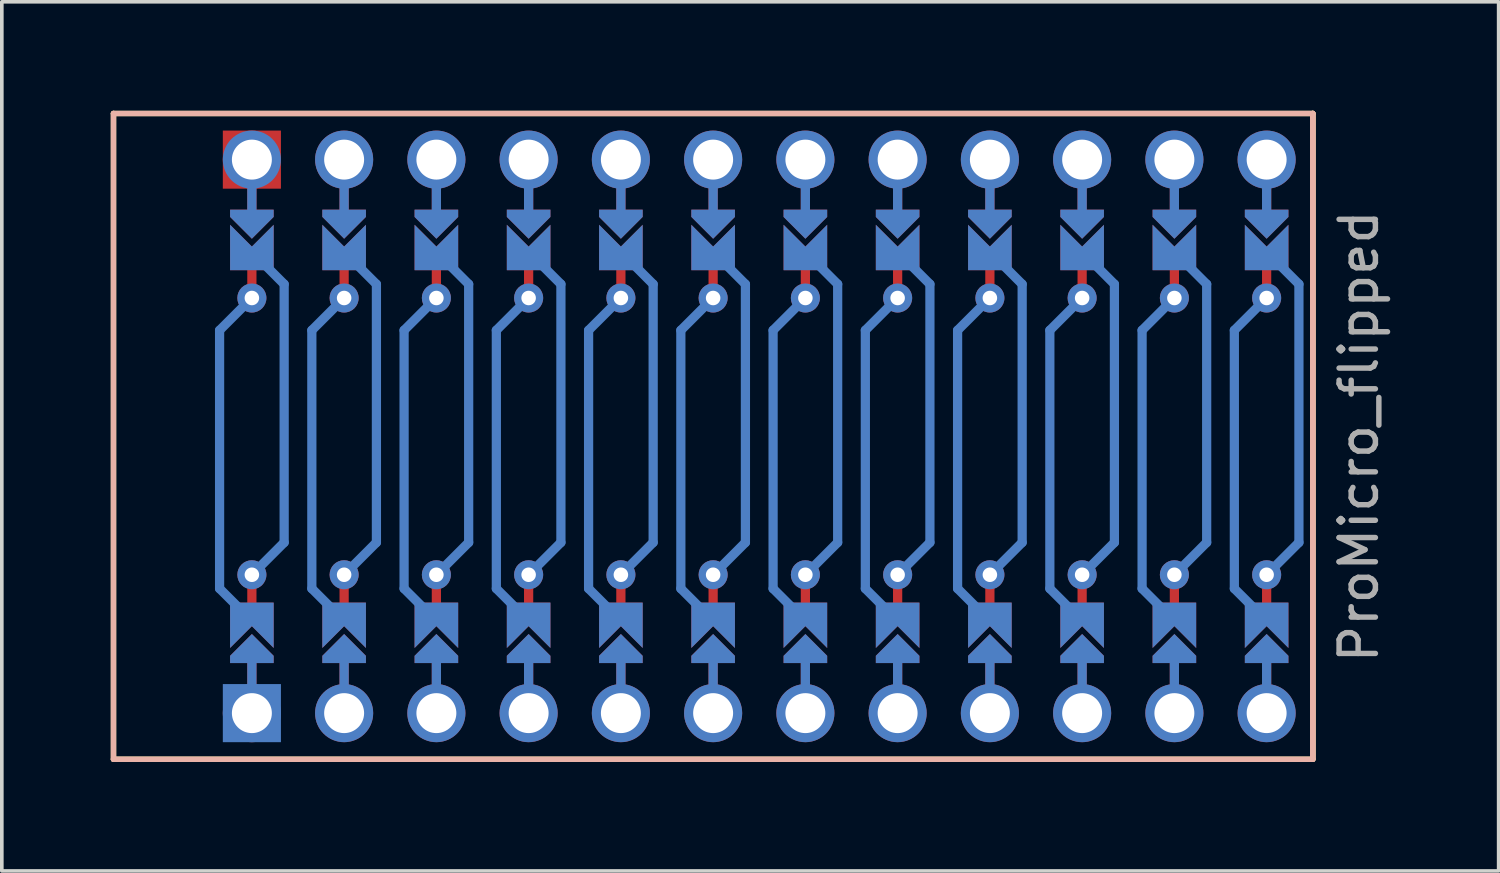
<source format=kicad_pcb>
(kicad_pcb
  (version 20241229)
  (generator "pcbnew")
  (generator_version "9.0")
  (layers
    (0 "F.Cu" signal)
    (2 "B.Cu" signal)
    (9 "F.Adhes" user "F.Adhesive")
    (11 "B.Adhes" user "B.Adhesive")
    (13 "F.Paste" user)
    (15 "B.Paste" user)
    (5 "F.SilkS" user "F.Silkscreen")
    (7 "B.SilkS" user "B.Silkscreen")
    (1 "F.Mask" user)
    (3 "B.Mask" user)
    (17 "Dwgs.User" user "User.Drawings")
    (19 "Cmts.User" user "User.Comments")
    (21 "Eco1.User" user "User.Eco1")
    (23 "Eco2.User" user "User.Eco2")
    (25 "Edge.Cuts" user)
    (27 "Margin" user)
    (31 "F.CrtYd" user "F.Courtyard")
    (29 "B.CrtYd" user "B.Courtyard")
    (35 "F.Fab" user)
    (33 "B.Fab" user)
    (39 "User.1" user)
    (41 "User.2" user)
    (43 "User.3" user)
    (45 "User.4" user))
  (footprint "ProMicro_flipped"
    (layer "F.Cu")
    (at 17.855 8.965)
    (property "Reference" "ProMicro_flipped" (at 16.51 0 90) (layer "F.Fab") (effects (font (size 1 1) (thickness 0.15))))
    (attr through_hole)
    (fp_line (start -13.97 -7.62) (end -13.97 -5.842) (stroke (width 0.254) (type default)) (layer "F.Cu"))
    (fp_line (start -13.97 -3.81) (end -13.97 -5.08) (stroke (width 0.254) (type default)) (layer "F.Cu"))
    (fp_line (start -13.97 3.81) (end -13.97 5.08) (stroke (width 0.254) (type default)) (layer "F.Cu"))
    (fp_line (start -13.97 7.62) (end -13.97 5.842) (stroke (width 0.254) (type default)) (layer "F.Cu"))
    (fp_line (start -11.43 -7.62) (end -11.43 -5.842) (stroke (width 0.254) (type default)) (layer "F.Cu"))
    (fp_line (start -11.43 -3.81) (end -11.43 -5.08) (stroke (width 0.254) (type default)) (layer "F.Cu"))
    (fp_line (start -11.43 3.81) (end -11.43 5.08) (stroke (width 0.254) (type default)) (layer "F.Cu"))
    (fp_line (start -11.43 7.62) (end -11.43 5.842) (stroke (width 0.254) (type default)) (layer "F.Cu"))
    (fp_line (start -8.89 -7.62) (end -8.89 -5.842) (stroke (width 0.254) (type default)) (layer "F.Cu"))
    (fp_line (start -8.89 -3.81) (end -8.89 -5.08) (stroke (width 0.254) (type default)) (layer "F.Cu"))
    (fp_line (start -8.89 3.81) (end -8.89 5.08) (stroke (width 0.254) (type default)) (layer "F.Cu"))
    (fp_line (start -8.89 7.62) (end -8.89 5.842) (stroke (width 0.254) (type default)) (layer "F.Cu"))
    (fp_line (start -6.35 -7.62) (end -6.35 -5.842) (stroke (width 0.254) (type default)) (layer "F.Cu"))
    (fp_line (start -6.35 -3.81) (end -6.35 -5.08) (stroke (width 0.254) (type default)) (layer "F.Cu"))
    (fp_line (start -6.35 3.81) (end -6.35 5.08) (stroke (width 0.254) (type default)) (layer "F.Cu"))
    (fp_line (start -6.35 7.62) (end -6.35 5.842) (stroke (width 0.254) (type default)) (layer "F.Cu"))
    (fp_line (start -3.81 -7.62) (end -3.81 -5.842) (stroke (width 0.254) (type default)) (layer "F.Cu"))
    (fp_line (start -3.81 -3.81) (end -3.81 -5.08) (stroke (width 0.254) (type default)) (layer "F.Cu"))
    (fp_line (start -3.81 3.81) (end -3.81 5.08) (stroke (width 0.254) (type default)) (layer "F.Cu"))
    (fp_line (start -3.81 7.62) (end -3.81 5.842) (stroke (width 0.254) (type default)) (layer "F.Cu"))
    (fp_line (start -1.27 -7.62) (end -1.27 -5.842) (stroke (width 0.254) (type default)) (layer "F.Cu"))
    (fp_line (start -1.27 -3.81) (end -1.27 -5.08) (stroke (width 0.254) (type default)) (layer "F.Cu"))
    (fp_line (start -1.27 3.81) (end -1.27 5.08) (stroke (width 0.254) (type default)) (layer "F.Cu"))
    (fp_line (start -1.27 7.62) (end -1.27 5.842) (stroke (width 0.254) (type default)) (layer "F.Cu"))
    (fp_line (start 1.27 -7.62) (end 1.27 -5.842) (stroke (width 0.254) (type default)) (layer "F.Cu"))
    (fp_line (start 1.27 -3.81) (end 1.27 -5.08) (stroke (width 0.254) (type default)) (layer "F.Cu"))
    (fp_line (start 1.27 3.81) (end 1.27 5.08) (stroke (width 0.254) (type default)) (layer "F.Cu"))
    (fp_line (start 1.27 7.62) (end 1.27 5.842) (stroke (width 0.254) (type default)) (layer "F.Cu"))
    (fp_line (start 3.81 -7.62) (end 3.81 -5.842) (stroke (width 0.254) (type default)) (layer "F.Cu"))
    (fp_line (start 3.81 -3.81) (end 3.81 -5.08) (stroke (width 0.254) (type default)) (layer "F.Cu"))
    (fp_line (start 3.81 3.81) (end 3.81 5.08) (stroke (width 0.254) (type default)) (layer "F.Cu"))
    (fp_line (start 3.81 7.62) (end 3.81 5.842) (stroke (width 0.254) (type default)) (layer "F.Cu"))
    (fp_line (start 6.35 -7.62) (end 6.35 -5.842) (stroke (width 0.254) (type default)) (layer "F.Cu"))
    (fp_line (start 6.35 -3.81) (end 6.35 -5.08) (stroke (width 0.254) (type default)) (layer "F.Cu"))
    (fp_line (start 6.35 3.81) (end 6.35 5.08) (stroke (width 0.254) (type default)) (layer "F.Cu"))
    (fp_line (start 6.35 7.62) (end 6.35 5.842) (stroke (width 0.254) (type default)) (layer "F.Cu"))
    (fp_line (start 8.89 -7.62) (end 8.89 -5.842) (stroke (width 0.254) (type default)) (layer "F.Cu"))
    (fp_line (start 8.89 -3.81) (end 8.89 -5.08) (stroke (width 0.254) (type default)) (layer "F.Cu"))
    (fp_line (start 8.89 3.81) (end 8.89 5.08) (stroke (width 0.254) (type default)) (layer "F.Cu"))
    (fp_line (start 8.89 7.62) (end 8.89 5.842) (stroke (width 0.254) (type default)) (layer "F.Cu"))
    (fp_line (start 11.43 -7.62) (end 11.43 -5.842) (stroke (width 0.254) (type default)) (layer "F.Cu"))
    (fp_line (start 11.43 -3.81) (end 11.43 -5.08) (stroke (width 0.254) (type default)) (layer "F.Cu"))
    (fp_line (start 11.43 3.81) (end 11.43 5.08) (stroke (width 0.254) (type default)) (layer "F.Cu"))
    (fp_line (start 11.43 7.62) (end 11.43 5.842) (stroke (width 0.254) (type default)) (layer "F.Cu"))
    (fp_line (start 13.97 -7.62) (end 13.97 -5.842) (stroke (width 0.254) (type default)) (layer "F.Cu"))
    (fp_line (start 13.97 -3.81) (end 13.97 -5.08) (stroke (width 0.254) (type default)) (layer "F.Cu"))
    (fp_line (start 13.97 3.81) (end 13.97 5.08) (stroke (width 0.254) (type default)) (layer "F.Cu"))
    (fp_line (start 13.97 7.62) (end 13.97 5.842) (stroke (width 0.254) (type default)) (layer "F.Cu"))
    (fp_poly (pts (xy -14.478 -5.08) (xy -13.462 -5.08) (xy -13.462 -6.096) (xy -14.478 -6.096)) (stroke (width 0.2) (type solid)) (fill yes) (layer "F.Mask"))
    (fp_poly (pts (xy -13.462 5.08) (xy -14.478 5.08) (xy -14.478 6.096) (xy -13.462 6.096)) (stroke (width 0.2) (type solid)) (fill yes) (layer "F.Mask"))
    (fp_poly (pts (xy -11.938 -5.08) (xy -10.922 -5.08) (xy -10.922 -6.096) (xy -11.938 -6.096)) (stroke (width 0.2) (type solid)) (fill yes) (layer "F.Mask"))
    (fp_poly (pts (xy -10.922 5.08) (xy -11.938 5.08) (xy -11.938 6.096) (xy -10.922 6.096)) (stroke (width 0.2) (type solid)) (fill yes) (layer "F.Mask"))
    (fp_poly (pts (xy -9.398 -5.08) (xy -8.382 -5.08) (xy -8.382 -6.096) (xy -9.398 -6.096)) (stroke (width 0.2) (type solid)) (fill yes) (layer "F.Mask"))
    (fp_poly (pts (xy -8.382 5.08) (xy -9.398 5.08) (xy -9.398 6.096) (xy -8.382 6.096)) (stroke (width 0.2) (type solid)) (fill yes) (layer "F.Mask"))
    (fp_poly (pts (xy -6.858 -5.08) (xy -5.842 -5.08) (xy -5.842 -6.096) (xy -6.858 -6.096)) (stroke (width 0.2) (type solid)) (fill yes) (layer "F.Mask"))
    (fp_poly (pts (xy -5.842 5.08) (xy -6.858 5.08) (xy -6.858 6.096) (xy -5.842 6.096)) (stroke (width 0.2) (type solid)) (fill yes) (layer "F.Mask"))
    (fp_poly (pts (xy -4.318 -5.08) (xy -3.302 -5.08) (xy -3.302 -6.096) (xy -4.318 -6.096)) (stroke (width 0.2) (type solid)) (fill yes) (layer "F.Mask"))
    (fp_poly (pts (xy -3.302 5.08) (xy -4.318 5.08) (xy -4.318 6.096) (xy -3.302 6.096)) (stroke (width 0.2) (type solid)) (fill yes) (layer "F.Mask"))
    (fp_poly (pts (xy -1.778 -5.08) (xy -0.762 -5.08) (xy -0.762 -6.096) (xy -1.778 -6.096)) (stroke (width 0.2) (type solid)) (fill yes) (layer "F.Mask"))
    (fp_poly (pts (xy -0.762 5.08) (xy -1.778 5.08) (xy -1.778 6.096) (xy -0.762 6.096)) (stroke (width 0.2) (type solid)) (fill yes) (layer "F.Mask"))
    (fp_poly (pts (xy 0.762 -5.08) (xy 1.778 -5.08) (xy 1.778 -6.096) (xy 0.762 -6.096)) (stroke (width 0.2) (type solid)) (fill yes) (layer "F.Mask"))
    (fp_poly (pts (xy 1.778 5.08) (xy 0.762 5.08) (xy 0.762 6.096) (xy 1.778 6.096)) (stroke (width 0.2) (type solid)) (fill yes) (layer "F.Mask"))
    (fp_poly (pts (xy 3.302 -5.08) (xy 4.318 -5.08) (xy 4.318 -6.096) (xy 3.302 -6.096)) (stroke (width 0.2) (type solid)) (fill yes) (layer "F.Mask"))
    (fp_poly (pts (xy 4.318 5.08) (xy 3.302 5.08) (xy 3.302 6.096) (xy 4.318 6.096)) (stroke (width 0.2) (type solid)) (fill yes) (layer "F.Mask"))
    (fp_poly (pts (xy 5.842 -5.08) (xy 6.858 -5.08) (xy 6.858 -6.096) (xy 5.842 -6.096)) (stroke (width 0.2) (type solid)) (fill yes) (layer "F.Mask"))
    (fp_poly (pts (xy 6.858 5.08) (xy 5.842 5.08) (xy 5.842 6.096) (xy 6.858 6.096)) (stroke (width 0.2) (type solid)) (fill yes) (layer "F.Mask"))
    (fp_poly (pts (xy 8.382 -5.08) (xy 9.398 -5.08) (xy 9.398 -6.096) (xy 8.382 -6.096)) (stroke (width 0.2) (type solid)) (fill yes) (layer "F.Mask"))
    (fp_poly (pts (xy 9.398 5.08) (xy 8.382 5.08) (xy 8.382 6.096) (xy 9.398 6.096)) (stroke (width 0.2) (type solid)) (fill yes) (layer "F.Mask"))
    (fp_poly (pts (xy 10.922 -5.08) (xy 11.938 -5.08) (xy 11.938 -6.096) (xy 10.922 -6.096)) (stroke (width 0.2) (type solid)) (fill yes) (layer "F.Mask"))
    (fp_poly (pts (xy 11.938 5.08) (xy 10.922 5.08) (xy 10.922 6.096) (xy 11.938 6.096)) (stroke (width 0.2) (type solid)) (fill yes) (layer "F.Mask"))
    (fp_poly (pts (xy 13.462 -5.08) (xy 14.478 -5.08) (xy 14.478 -6.096) (xy 13.462 -6.096)) (stroke (width 0.2) (type solid)) (fill yes) (layer "F.Mask"))
    (fp_poly (pts (xy 14.478 5.08) (xy 13.462 5.08) (xy 13.462 6.096) (xy 14.478 6.096)) (stroke (width 0.2) (type solid)) (fill yes) (layer "F.Mask"))
    (fp_line (start -14.859 -2.921) (end -14.859 4.191) (stroke (width 0.254) (type default)) (layer "B.Cu"))
    (fp_line (start -14.859 -2.921) (end -13.97 -3.81) (stroke (width 0.254) (type default)) (layer "B.Cu"))
    (fp_line (start -14.859 4.191) (end -13.97 5.08) (stroke (width 0.254) (type default)) (layer "B.Cu"))
    (fp_line (start -13.97 -7.62) (end -13.97 -5.842) (stroke (width 0.254) (type default)) (layer "B.Cu"))
    (fp_line (start -13.97 7.62) (end -13.97 5.842) (stroke (width 0.254) (type default)) (layer "B.Cu"))
    (fp_line (start -13.081 -4.191) (end -13.97 -5.08) (stroke (width 0.254) (type default)) (layer "B.Cu"))
    (fp_line (start -13.081 2.921) (end -13.97 3.81) (stroke (width 0.254) (type default)) (layer "B.Cu"))
    (fp_line (start -13.081 2.921) (end -13.081 -4.191) (stroke (width 0.254) (type default)) (layer "B.Cu"))
    (fp_line (start -12.319 -2.921) (end -12.319 4.191) (stroke (width 0.254) (type default)) (layer "B.Cu"))
    (fp_line (start -12.319 -2.921) (end -11.43 -3.81) (stroke (width 0.254) (type default)) (layer "B.Cu"))
    (fp_line (start -12.319 4.191) (end -11.43 5.08) (stroke (width 0.254) (type default)) (layer "B.Cu"))
    (fp_line (start -11.43 -7.62) (end -11.43 -5.842) (stroke (width 0.254) (type default)) (layer "B.Cu"))
    (fp_line (start -11.43 7.62) (end -11.43 5.842) (stroke (width 0.254) (type default)) (layer "B.Cu"))
    (fp_line (start -10.541 -4.191) (end -11.43 -5.08) (stroke (width 0.254) (type default)) (layer "B.Cu"))
    (fp_line (start -10.541 2.921) (end -11.43 3.81) (stroke (width 0.254) (type default)) (layer "B.Cu"))
    (fp_line (start -10.541 2.921) (end -10.541 -4.191) (stroke (width 0.254) (type default)) (layer "B.Cu"))
    (fp_line (start -9.779 -2.921) (end -9.779 4.191) (stroke (width 0.254) (type default)) (layer "B.Cu"))
    (fp_line (start -9.779 -2.921) (end -8.89 -3.81) (stroke (width 0.254) (type default)) (layer "B.Cu"))
    (fp_line (start -9.779 4.191) (end -8.89 5.08) (stroke (width 0.254) (type default)) (layer "B.Cu"))
    (fp_line (start -8.89 -7.62) (end -8.89 -5.842) (stroke (width 0.254) (type default)) (layer "B.Cu"))
    (fp_line (start -8.89 7.62) (end -8.89 5.842) (stroke (width 0.254) (type default)) (layer "B.Cu"))
    (fp_line (start -8.001 -4.191) (end -8.89 -5.08) (stroke (width 0.254) (type default)) (layer "B.Cu"))
    (fp_line (start -8.001 2.921) (end -8.89 3.81) (stroke (width 0.254) (type default)) (layer "B.Cu"))
    (fp_line (start -8.001 2.921) (end -8.001 -4.191) (stroke (width 0.254) (type default)) (layer "B.Cu"))
    (fp_line (start -7.239 -2.921) (end -7.239 4.191) (stroke (width 0.254) (type default)) (layer "B.Cu"))
    (fp_line (start -7.239 -2.921) (end -6.35 -3.81) (stroke (width 0.254) (type default)) (layer "B.Cu"))
    (fp_line (start -7.239 4.191) (end -6.35 5.08) (stroke (width 0.254) (type default)) (layer "B.Cu"))
    (fp_line (start -6.35 -7.62) (end -6.35 -5.842) (stroke (width 0.254) (type default)) (layer "B.Cu"))
    (fp_line (start -6.35 7.62) (end -6.35 5.842) (stroke (width 0.254) (type default)) (layer "B.Cu"))
    (fp_line (start -5.461 -4.191) (end -6.35 -5.08) (stroke (width 0.254) (type default)) (layer "B.Cu"))
    (fp_line (start -5.461 2.921) (end -6.35 3.81) (stroke (width 0.254) (type default)) (layer "B.Cu"))
    (fp_line (start -5.461 2.921) (end -5.461 -4.191) (stroke (width 0.254) (type default)) (layer "B.Cu"))
    (fp_line (start -4.699 -2.921) (end -4.699 4.191) (stroke (width 0.254) (type default)) (layer "B.Cu"))
    (fp_line (start -4.699 -2.921) (end -3.81 -3.81) (stroke (width 0.254) (type default)) (layer "B.Cu"))
    (fp_line (start -4.699 4.191) (end -3.81 5.08) (stroke (width 0.254) (type default)) (layer "B.Cu"))
    (fp_line (start -3.81 -7.62) (end -3.81 -5.842) (stroke (width 0.254) (type default)) (layer "B.Cu"))
    (fp_line (start -3.81 7.62) (end -3.81 5.842) (stroke (width 0.254) (type default)) (layer "B.Cu"))
    (fp_line (start -2.921 -4.191) (end -3.81 -5.08) (stroke (width 0.254) (type default)) (layer "B.Cu"))
    (fp_line (start -2.921 2.921) (end -3.81 3.81) (stroke (width 0.254) (type default)) (layer "B.Cu"))
    (fp_line (start -2.921 2.921) (end -2.921 -4.191) (stroke (width 0.254) (type default)) (layer "B.Cu"))
    (fp_line (start -2.159 -2.921) (end -2.159 4.191) (stroke (width 0.254) (type default)) (layer "B.Cu"))
    (fp_line (start -2.159 -2.921) (end -1.27 -3.81) (stroke (width 0.254) (type default)) (layer "B.Cu"))
    (fp_line (start -2.159 4.191) (end -1.27 5.08) (stroke (width 0.254) (type default)) (layer "B.Cu"))
    (fp_line (start -1.27 -7.62) (end -1.27 -5.842) (stroke (width 0.254) (type default)) (layer "B.Cu"))
    (fp_line (start -1.27 7.62) (end -1.27 5.842) (stroke (width 0.254) (type default)) (layer "B.Cu"))
    (fp_line (start -0.381 -4.191) (end -1.27 -5.08) (stroke (width 0.254) (type default)) (layer "B.Cu"))
    (fp_line (start -0.381 2.921) (end -1.27 3.81) (stroke (width 0.254) (type default)) (layer "B.Cu"))
    (fp_line (start -0.381 2.921) (end -0.381 -4.191) (stroke (width 0.254) (type default)) (layer "B.Cu"))
    (fp_line (start 0.381 -2.921) (end 0.381 4.191) (stroke (width 0.254) (type default)) (layer "B.Cu"))
    (fp_line (start 0.381 -2.921) (end 1.27 -3.81) (stroke (width 0.254) (type default)) (layer "B.Cu"))
    (fp_line (start 0.381 4.191) (end 1.27 5.08) (stroke (width 0.254) (type default)) (layer "B.Cu"))
    (fp_line (start 1.27 -7.62) (end 1.27 -5.842) (stroke (width 0.254) (type default)) (layer "B.Cu"))
    (fp_line (start 1.27 7.62) (end 1.27 5.842) (stroke (width 0.254) (type default)) (layer "B.Cu"))
    (fp_line (start 2.159 -4.191) (end 1.27 -5.08) (stroke (width 0.254) (type default)) (layer "B.Cu"))
    (fp_line (start 2.159 2.921) (end 1.27 3.81) (stroke (width 0.254) (type default)) (layer "B.Cu"))
    (fp_line (start 2.159 2.921) (end 2.159 -4.191) (stroke (width 0.254) (type default)) (layer "B.Cu"))
    (fp_line (start 2.921 -2.921) (end 2.921 4.191) (stroke (width 0.254) (type default)) (layer "B.Cu"))
    (fp_line (start 2.921 -2.921) (end 3.81 -3.81) (stroke (width 0.254) (type default)) (layer "B.Cu"))
    (fp_line (start 2.921 4.191) (end 3.81 5.08) (stroke (width 0.254) (type default)) (layer "B.Cu"))
    (fp_line (start 3.81 -7.62) (end 3.81 -5.842) (stroke (width 0.254) (type default)) (layer "B.Cu"))
    (fp_line (start 3.81 7.62) (end 3.81 5.842) (stroke (width 0.254) (type default)) (layer "B.Cu"))
    (fp_line (start 4.699 -4.191) (end 3.81 -5.08) (stroke (width 0.254) (type default)) (layer "B.Cu"))
    (fp_line (start 4.699 2.921) (end 3.81 3.81) (stroke (width 0.254) (type default)) (layer "B.Cu"))
    (fp_line (start 4.699 2.921) (end 4.699 -4.191) (stroke (width 0.254) (type default)) (layer "B.Cu"))
    (fp_line (start 5.461 -2.921) (end 5.461 4.191) (stroke (width 0.254) (type default)) (layer "B.Cu"))
    (fp_line (start 5.461 -2.921) (end 6.35 -3.81) (stroke (width 0.254) (type default)) (layer "B.Cu"))
    (fp_line (start 5.461 4.191) (end 6.35 5.08) (stroke (width 0.254) (type default)) (layer "B.Cu"))
    (fp_line (start 6.35 -7.62) (end 6.35 -5.842) (stroke (width 0.254) (type default)) (layer "B.Cu"))
    (fp_line (start 6.35 7.62) (end 6.35 5.842) (stroke (width 0.254) (type default)) (layer "B.Cu"))
    (fp_line (start 7.239 -4.191) (end 6.35 -5.08) (stroke (width 0.254) (type default)) (layer "B.Cu"))
    (fp_line (start 7.239 2.921) (end 6.35 3.81) (stroke (width 0.254) (type default)) (layer "B.Cu"))
    (fp_line (start 7.239 2.921) (end 7.239 -4.191) (stroke (width 0.254) (type default)) (layer "B.Cu"))
    (fp_line (start 8.001 -2.921) (end 8.001 4.191) (stroke (width 0.254) (type default)) (layer "B.Cu"))
    (fp_line (start 8.001 -2.921) (end 8.89 -3.81) (stroke (width 0.254) (type default)) (layer "B.Cu"))
    (fp_line (start 8.001 4.191) (end 8.89 5.08) (stroke (width 0.254) (type default)) (layer "B.Cu"))
    (fp_line (start 8.89 -7.62) (end 8.89 -5.842) (stroke (width 0.254) (type default)) (layer "B.Cu"))
    (fp_line (start 8.89 7.62) (end 8.89 5.842) (stroke (width 0.254) (type default)) (layer "B.Cu"))
    (fp_line (start 9.779 -4.191) (end 8.89 -5.08) (stroke (width 0.254) (type default)) (layer "B.Cu"))
    (fp_line (start 9.779 2.921) (end 8.89 3.81) (stroke (width 0.254) (type default)) (layer "B.Cu"))
    (fp_line (start 9.779 2.921) (end 9.779 -4.191) (stroke (width 0.254) (type default)) (layer "B.Cu"))
    (fp_line (start 10.541 -2.921) (end 10.541 4.191) (stroke (width 0.254) (type default)) (layer "B.Cu"))
    (fp_line (start 10.541 -2.921) (end 11.43 -3.81) (stroke (width 0.254) (type default)) (layer "B.Cu"))
    (fp_line (start 10.541 4.191) (end 11.43 5.08) (stroke (width 0.254) (type default)) (layer "B.Cu"))
    (fp_line (start 11.43 -7.62) (end 11.43 -5.842) (stroke (width 0.254) (type default)) (layer "B.Cu"))
    (fp_line (start 11.43 7.62) (end 11.43 5.842) (stroke (width 0.254) (type default)) (layer "B.Cu"))
    (fp_line (start 12.319 -4.191) (end 11.43 -5.08) (stroke (width 0.254) (type default)) (layer "B.Cu"))
    (fp_line (start 12.319 2.921) (end 11.43 3.81) (stroke (width 0.254) (type default)) (layer "B.Cu"))
    (fp_line (start 12.319 2.921) (end 12.319 -4.191) (stroke (width 0.254) (type default)) (layer "B.Cu"))
    (fp_line (start 13.081 -2.921) (end 13.081 4.191) (stroke (width 0.254) (type default)) (layer "B.Cu"))
    (fp_line (start 13.081 -2.921) (end 13.97 -3.81) (stroke (width 0.254) (type default)) (layer "B.Cu"))
    (fp_line (start 13.081 4.191) (end 13.97 5.08) (stroke (width 0.254) (type default)) (layer "B.Cu"))
    (fp_line (start 13.97 -7.62) (end 13.97 -5.842) (stroke (width 0.254) (type default)) (layer "B.Cu"))
    (fp_line (start 13.97 7.62) (end 13.97 5.842) (stroke (width 0.254) (type default)) (layer "B.Cu"))
    (fp_line (start 14.859 -4.191) (end 13.97 -5.08) (stroke (width 0.254) (type default)) (layer "B.Cu"))
    (fp_line (start 14.859 2.921) (end 13.97 3.81) (stroke (width 0.254) (type default)) (layer "B.Cu"))
    (fp_line (start 14.859 2.921) (end 14.859 -4.191) (stroke (width 0.254) (type default)) (layer "B.Cu"))
    (fp_poly (pts (xy -14.478 -5.08) (xy -13.462 -5.08) (xy -13.462 -6.096) (xy -14.478 -6.096)) (stroke (width 0.2) (type solid)) (fill yes) (layer "B.Mask"))
    (fp_poly (pts (xy -13.462 5.08) (xy -14.478 5.08) (xy -14.478 6.096) (xy -13.462 6.096)) (stroke (width 0.2) (type solid)) (fill yes) (layer "B.Mask"))
    (fp_poly (pts (xy -11.938 -5.08) (xy -10.922 -5.08) (xy -10.922 -6.096) (xy -11.938 -6.096)) (stroke (width 0.2) (type solid)) (fill yes) (layer "B.Mask"))
    (fp_poly (pts (xy -10.922 5.08) (xy -11.938 5.08) (xy -11.938 6.096) (xy -10.922 6.096)) (stroke (width 0.2) (type solid)) (fill yes) (layer "B.Mask"))
    (fp_poly (pts (xy -9.398 -5.08) (xy -8.382 -5.08) (xy -8.382 -6.096) (xy -9.398 -6.096)) (stroke (width 0.2) (type solid)) (fill yes) (layer "B.Mask"))
    (fp_poly (pts (xy -8.382 5.08) (xy -9.398 5.08) (xy -9.398 6.096) (xy -8.382 6.096)) (stroke (width 0.2) (type solid)) (fill yes) (layer "B.Mask"))
    (fp_poly (pts (xy -6.858 -5.08) (xy -5.842 -5.08) (xy -5.842 -6.096) (xy -6.858 -6.096)) (stroke (width 0.2) (type solid)) (fill yes) (layer "B.Mask"))
    (fp_poly (pts (xy -5.842 5.08) (xy -6.858 5.08) (xy -6.858 6.096) (xy -5.842 6.096)) (stroke (width 0.2) (type solid)) (fill yes) (layer "B.Mask"))
    (fp_poly (pts (xy -4.318 -5.08) (xy -3.302 -5.08) (xy -3.302 -6.096) (xy -4.318 -6.096)) (stroke (width 0.2) (type solid)) (fill yes) (layer "B.Mask"))
    (fp_poly (pts (xy -3.302 5.08) (xy -4.318 5.08) (xy -4.318 6.096) (xy -3.302 6.096)) (stroke (width 0.2) (type solid)) (fill yes) (layer "B.Mask"))
    (fp_poly (pts (xy -1.778 -5.08) (xy -0.762 -5.08) (xy -0.762 -6.096) (xy -1.778 -6.096)) (stroke (width 0.2) (type solid)) (fill yes) (layer "B.Mask"))
    (fp_poly (pts (xy -0.762 5.08) (xy -1.778 5.08) (xy -1.778 6.096) (xy -0.762 6.096)) (stroke (width 0.2) (type solid)) (fill yes) (layer "B.Mask"))
    (fp_poly (pts (xy 0.762 -5.08) (xy 1.778 -5.08) (xy 1.778 -6.096) (xy 0.762 -6.096)) (stroke (width 0.2) (type solid)) (fill yes) (layer "B.Mask"))
    (fp_poly (pts (xy 1.778 5.08) (xy 0.762 5.08) (xy 0.762 6.096) (xy 1.778 6.096)) (stroke (width 0.2) (type solid)) (fill yes) (layer "B.Mask"))
    (fp_poly (pts (xy 3.302 -5.08) (xy 4.318 -5.08) (xy 4.318 -6.096) (xy 3.302 -6.096)) (stroke (width 0.2) (type solid)) (fill yes) (layer "B.Mask"))
    (fp_poly (pts (xy 4.318 5.08) (xy 3.302 5.08) (xy 3.302 6.096) (xy 4.318 6.096)) (stroke (width 0.2) (type solid)) (fill yes) (layer "B.Mask"))
    (fp_poly (pts (xy 5.842 -5.08) (xy 6.858 -5.08) (xy 6.858 -6.096) (xy 5.842 -6.096)) (stroke (width 0.2) (type solid)) (fill yes) (layer "B.Mask"))
    (fp_poly (pts (xy 6.858 5.08) (xy 5.842 5.08) (xy 5.842 6.096) (xy 6.858 6.096)) (stroke (width 0.2) (type solid)) (fill yes) (layer "B.Mask"))
    (fp_poly (pts (xy 8.382 -5.08) (xy 9.398 -5.08) (xy 9.398 -6.096) (xy 8.382 -6.096)) (stroke (width 0.2) (type solid)) (fill yes) (layer "B.Mask"))
    (fp_poly (pts (xy 9.398 5.08) (xy 8.382 5.08) (xy 8.382 6.096) (xy 9.398 6.096)) (stroke (width 0.2) (type solid)) (fill yes) (layer "B.Mask"))
    (fp_poly (pts (xy 10.922 -5.08) (xy 11.938 -5.08) (xy 11.938 -6.096) (xy 10.922 -6.096)) (stroke (width 0.2) (type solid)) (fill yes) (layer "B.Mask"))
    (fp_poly (pts (xy 11.938 5.08) (xy 10.922 5.08) (xy 10.922 6.096) (xy 11.938 6.096)) (stroke (width 0.2) (type solid)) (fill yes) (layer "B.Mask"))
    (fp_poly (pts (xy 13.462 -5.08) (xy 14.478 -5.08) (xy 14.478 -6.096) (xy 13.462 -6.096)) (stroke (width 0.2) (type solid)) (fill yes) (layer "B.Mask"))
    (fp_poly (pts (xy 14.478 5.08) (xy 13.462 5.08) (xy 13.462 6.096) (xy 14.478 6.096)) (stroke (width 0.2) (type solid)) (fill yes) (layer "B.Mask"))
    (fp_line (start -17.78 -8.89) (end 15.24 -8.89) (stroke (width 0.15) (type solid)) (layer "F.SilkS"))
    (fp_line (start -17.78 8.89) (end -17.78 -8.89) (stroke (width 0.15) (type solid)) (layer "F.SilkS"))
    (fp_line (start -17.78 8.89) (end 15.24 8.89) (stroke (width 0.15) (type solid)) (layer "F.SilkS"))
    (fp_line (start 15.24 -8.89) (end 15.24 8.89) (stroke (width 0.15) (type solid)) (layer "F.SilkS"))
    (fp_line (start 15.24 -8.89) (end 15.24 8.89) (stroke (width 0.15) (type solid)) (layer "F.SilkS"))
    (fp_line (start -17.78 -8.89) (end 15.24 -8.89) (stroke (width 0.15) (type solid)) (layer "B.SilkS"))
    (fp_line (start -17.78 8.89) (end -17.78 -8.89) (stroke (width 0.15) (type solid)) (layer "B.SilkS"))
    (fp_line (start -17.78 8.89) (end 15.24 8.89) (stroke (width 0.15) (type solid)) (layer "B.SilkS"))
    (fp_line (start 15.24 -8.89) (end 15.24 8.89) (stroke (width 0.15) (type solid)) (layer "B.SilkS"))
    (fp_line (start 15.24 -8.89) (end 15.24 8.89) (stroke (width 0.15) (type solid)) (layer "B.SilkS"))
    (pad "" thru_hole circle (at -13.97 -7.62) (size 1.6 1.6) (drill 1.1) (layers "*.Cu" "*.Paste" "*.Mask"))
    (pad "" smd rect (at -13.97 -7.62 90) (size 1.6 1.6) (layers "F.Cu" "F.Mask" "F.Paste"))
    (pad "" smd custom (at -13.97 -5.842 180) (size 0.1 0.1) (layers "F.Cu" "F.Mask") (options (anchor rect)) (primitives (gr_poly (pts (xy 0.6 0.4) (xy -0.6 0.4) (xy -0.6 0.2) (xy 0 -0.4) (xy 0.6 0.2)) (width 0) (fill yes))))
    (pad "" smd custom (at -13.97 -5.842 180) (size 0.1 0.1) (layers "B.Cu" "B.Mask") (options (anchor rect)) (primitives (gr_poly (pts (xy 0.6 0.4) (xy -0.6 0.4) (xy -0.6 0.2) (xy 0 -0.4) (xy 0.6 0.2)) (width 0) (fill yes))))
    (pad "" smd custom (at -13.97 5.842) (size 0.1 0.1) (layers "F.Cu" "F.Mask") (options (anchor rect)) (primitives (gr_poly (pts (xy 0.6 0.4) (xy -0.6 0.4) (xy -0.6 0.2) (xy 0 -0.4) (xy 0.6 0.2)) (width 0) (fill yes))))
    (pad "" smd custom (at -13.97 5.842) (size 0.1 0.1) (layers "B.Cu" "B.Mask") (options (anchor rect)) (primitives (gr_poly (pts (xy 0.6 0.4) (xy -0.6 0.4) (xy -0.6 0.2) (xy 0 -0.4) (xy 0.6 0.2)) (width 0) (fill yes))))
    (pad "" thru_hole circle (at -13.97 7.62) (size 1.6 1.6) (drill 1.1) (layers "*.Cu" "*.Paste" "*.Mask"))
    (pad "" smd rect (at -13.97 7.62) (size 1.6 1.6) (layers "B.Cu" "B.Mask" "B.Paste"))
    (pad "" thru_hole circle (at -11.43 -7.62) (size 1.6 1.6) (drill 1.1) (layers "*.Cu" "*.Paste" "*.Mask"))
    (pad "" smd custom (at -11.43 -5.842 180) (size 0.1 0.1) (layers "F.Cu" "F.Mask") (options (anchor rect)) (primitives (gr_poly (pts (xy 0.6 0.4) (xy -0.6 0.4) (xy -0.6 0.2) (xy 0 -0.4) (xy 0.6 0.2)) (width 0) (fill yes))))
    (pad "" smd custom (at -11.43 -5.842 180) (size 0.1 0.1) (layers "B.Cu" "B.Mask") (options (anchor rect)) (primitives (gr_poly (pts (xy 0.6 0.4) (xy -0.6 0.4) (xy -0.6 0.2) (xy 0 -0.4) (xy 0.6 0.2)) (width 0) (fill yes))))
    (pad "" smd custom (at -11.43 5.842) (size 0.1 0.1) (layers "F.Cu" "F.Mask") (options (anchor rect)) (primitives (gr_poly (pts (xy 0.6 0.4) (xy -0.6 0.4) (xy -0.6 0.2) (xy 0 -0.4) (xy 0.6 0.2)) (width 0) (fill yes))))
    (pad "" smd custom (at -11.43 5.842) (size 0.1 0.1) (layers "B.Cu" "B.Mask") (options (anchor rect)) (primitives (gr_poly (pts (xy 0.6 0.4) (xy -0.6 0.4) (xy -0.6 0.2) (xy 0 -0.4) (xy 0.6 0.2)) (width 0) (fill yes))))
    (pad "" thru_hole circle (at -11.43 7.62) (size 1.6 1.6) (drill 1.1) (layers "*.Cu" "*.Paste" "*.Mask"))
    (pad "" thru_hole circle (at -8.89 -7.62) (size 1.6 1.6) (drill 1.1) (layers "*.Cu" "*.Paste" "*.Mask"))
    (pad "" smd custom (at -8.89 -5.842 180) (size 0.1 0.1) (layers "F.Cu" "F.Mask") (options (anchor rect)) (primitives (gr_poly (pts (xy 0.6 0.4) (xy -0.6 0.4) (xy -0.6 0.2) (xy 0 -0.4) (xy 0.6 0.2)) (width 0) (fill yes))))
    (pad "" smd custom (at -8.89 -5.842 180) (size 0.1 0.1) (layers "B.Cu" "B.Mask") (options (anchor rect)) (primitives (gr_poly (pts (xy 0.6 0.4) (xy -0.6 0.4) (xy -0.6 0.2) (xy 0 -0.4) (xy 0.6 0.2)) (width 0) (fill yes))))
    (pad "" smd custom (at -8.89 5.842) (size 0.1 0.1) (layers "F.Cu" "F.Mask") (options (anchor rect)) (primitives (gr_poly (pts (xy 0.6 0.4) (xy -0.6 0.4) (xy -0.6 0.2) (xy 0 -0.4) (xy 0.6 0.2)) (width 0) (fill yes))))
    (pad "" smd custom (at -8.89 5.842) (size 0.1 0.1) (layers "B.Cu" "B.Mask") (options (anchor rect)) (primitives (gr_poly (pts (xy 0.6 0.4) (xy -0.6 0.4) (xy -0.6 0.2) (xy 0 -0.4) (xy 0.6 0.2)) (width 0) (fill yes))))
    (pad "" thru_hole circle (at -8.89 7.62) (size 1.6 1.6) (drill 1.1) (layers "*.Cu" "*.Paste" "*.Mask"))
    (pad "" thru_hole circle (at -6.35 -7.62) (size 1.6 1.6) (drill 1.1) (layers "*.Cu" "*.Paste" "*.Mask"))
    (pad "" smd custom (at -6.35 -5.842 180) (size 0.1 0.1) (layers "F.Cu" "F.Mask") (options (anchor rect)) (primitives (gr_poly (pts (xy 0.6 0.4) (xy -0.6 0.4) (xy -0.6 0.2) (xy 0 -0.4) (xy 0.6 0.2)) (width 0) (fill yes))))
    (pad "" smd custom (at -6.35 -5.842 180) (size 0.1 0.1) (layers "B.Cu" "B.Mask") (options (anchor rect)) (primitives (gr_poly (pts (xy 0.6 0.4) (xy -0.6 0.4) (xy -0.6 0.2) (xy 0 -0.4) (xy 0.6 0.2)) (width 0) (fill yes))))
    (pad "" smd custom (at -6.35 5.842) (size 0.1 0.1) (layers "F.Cu" "F.Mask") (options (anchor rect)) (primitives (gr_poly (pts (xy 0.6 0.4) (xy -0.6 0.4) (xy -0.6 0.2) (xy 0 -0.4) (xy 0.6 0.2)) (width 0) (fill yes))))
    (pad "" smd custom (at -6.35 5.842) (size 0.1 0.1) (layers "B.Cu" "B.Mask") (options (anchor rect)) (primitives (gr_poly (pts (xy 0.6 0.4) (xy -0.6 0.4) (xy -0.6 0.2) (xy 0 -0.4) (xy 0.6 0.2)) (width 0) (fill yes))))
    (pad "" thru_hole circle (at -6.35 7.62) (size 1.6 1.6) (drill 1.1) (layers "*.Cu" "*.Paste" "*.Mask"))
    (pad "" thru_hole circle (at -3.81 -7.62) (size 1.6 1.6) (drill 1.1) (layers "*.Cu" "*.Paste" "*.Mask"))
    (pad "" smd custom (at -3.81 -5.842 180) (size 0.1 0.1) (layers "F.Cu" "F.Mask") (options (anchor rect)) (primitives (gr_poly (pts (xy 0.6 0.4) (xy -0.6 0.4) (xy -0.6 0.2) (xy 0 -0.4) (xy 0.6 0.2)) (width 0) (fill yes))))
    (pad "" smd custom (at -3.81 -5.842 180) (size 0.1 0.1) (layers "B.Cu" "B.Mask") (options (anchor rect)) (primitives (gr_poly (pts (xy 0.6 0.4) (xy -0.6 0.4) (xy -0.6 0.2) (xy 0 -0.4) (xy 0.6 0.2)) (width 0) (fill yes))))
    (pad "" smd custom (at -3.81 5.842) (size 0.1 0.1) (layers "F.Cu" "F.Mask") (options (anchor rect)) (primitives (gr_poly (pts (xy 0.6 0.4) (xy -0.6 0.4) (xy -0.6 0.2) (xy 0 -0.4) (xy 0.6 0.2)) (width 0) (fill yes))))
    (pad "" smd custom (at -3.81 5.842) (size 0.1 0.1) (layers "B.Cu" "B.Mask") (options (anchor rect)) (primitives (gr_poly (pts (xy 0.6 0.4) (xy -0.6 0.4) (xy -0.6 0.2) (xy 0 -0.4) (xy 0.6 0.2)) (width 0) (fill yes))))
    (pad "" thru_hole circle (at -3.81 7.62) (size 1.6 1.6) (drill 1.1) (layers "*.Cu" "*.Paste" "*.Mask"))
    (pad "" thru_hole circle (at -1.27 -7.62) (size 1.6 1.6) (drill 1.1) (layers "*.Cu" "*.Paste" "*.Mask"))
    (pad "" smd custom (at -1.27 -5.842 180) (size 0.1 0.1) (layers "F.Cu" "F.Mask") (options (anchor rect)) (primitives (gr_poly (pts (xy 0.6 0.4) (xy -0.6 0.4) (xy -0.6 0.2) (xy 0 -0.4) (xy 0.6 0.2)) (width 0) (fill yes))))
    (pad "" smd custom (at -1.27 -5.842 180) (size 0.1 0.1) (layers "B.Cu" "B.Mask") (options (anchor rect)) (primitives (gr_poly (pts (xy 0.6 0.4) (xy -0.6 0.4) (xy -0.6 0.2) (xy 0 -0.4) (xy 0.6 0.2)) (width 0) (fill yes))))
    (pad "" smd custom (at -1.27 5.842) (size 0.1 0.1) (layers "F.Cu" "F.Mask") (options (anchor rect)) (primitives (gr_poly (pts (xy 0.6 0.4) (xy -0.6 0.4) (xy -0.6 0.2) (xy 0 -0.4) (xy 0.6 0.2)) (width 0) (fill yes))))
    (pad "" smd custom (at -1.27 5.842) (size 0.1 0.1) (layers "B.Cu" "B.Mask") (options (anchor rect)) (primitives (gr_poly (pts (xy 0.6 0.4) (xy -0.6 0.4) (xy -0.6 0.2) (xy 0 -0.4) (xy 0.6 0.2)) (width 0) (fill yes))))
    (pad "" thru_hole circle (at -1.27 7.62) (size 1.6 1.6) (drill 1.1) (layers "*.Cu" "*.Paste" "*.Mask"))
    (pad "" thru_hole circle (at 1.27 -7.62) (size 1.6 1.6) (drill 1.1) (layers "*.Cu" "*.Paste" "*.Mask"))
    (pad "" smd custom (at 1.27 -5.842 180) (size 0.1 0.1) (layers "F.Cu" "F.Mask") (options (anchor rect)) (primitives (gr_poly (pts (xy 0.6 0.4) (xy -0.6 0.4) (xy -0.6 0.2) (xy 0 -0.4) (xy 0.6 0.2)) (width 0) (fill yes))))
    (pad "" smd custom (at 1.27 -5.842 180) (size 0.1 0.1) (layers "B.Cu" "B.Mask") (options (anchor rect)) (primitives (gr_poly (pts (xy 0.6 0.4) (xy -0.6 0.4) (xy -0.6 0.2) (xy 0 -0.4) (xy 0.6 0.2)) (width 0) (fill yes))))
    (pad "" smd custom (at 1.27 5.842) (size 0.1 0.1) (layers "F.Cu" "F.Mask") (options (anchor rect)) (primitives (gr_poly (pts (xy 0.6 0.4) (xy -0.6 0.4) (xy -0.6 0.2) (xy 0 -0.4) (xy 0.6 0.2)) (width 0) (fill yes))))
    (pad "" smd custom (at 1.27 5.842) (size 0.1 0.1) (layers "B.Cu" "B.Mask") (options (anchor rect)) (primitives (gr_poly (pts (xy 0.6 0.4) (xy -0.6 0.4) (xy -0.6 0.2) (xy 0 -0.4) (xy 0.6 0.2)) (width 0) (fill yes))))
    (pad "" thru_hole circle (at 1.27 7.62) (size 1.6 1.6) (drill 1.1) (layers "*.Cu" "*.Paste" "*.Mask"))
    (pad "" thru_hole circle (at 3.81 -7.62) (size 1.6 1.6) (drill 1.1) (layers "*.Cu" "*.Paste" "*.Mask"))
    (pad "" smd custom (at 3.81 -5.842 180) (size 0.1 0.1) (layers "F.Cu" "F.Mask") (options (anchor rect)) (primitives (gr_poly (pts (xy 0.6 0.4) (xy -0.6 0.4) (xy -0.6 0.2) (xy 0 -0.4) (xy 0.6 0.2)) (width 0) (fill yes))))
    (pad "" smd custom (at 3.81 -5.842 180) (size 0.1 0.1) (layers "B.Cu" "B.Mask") (options (anchor rect)) (primitives (gr_poly (pts (xy 0.6 0.4) (xy -0.6 0.4) (xy -0.6 0.2) (xy 0 -0.4) (xy 0.6 0.2)) (width 0) (fill yes))))
    (pad "" smd custom (at 3.81 5.842) (size 0.1 0.1) (layers "F.Cu" "F.Mask") (options (anchor rect)) (primitives (gr_poly (pts (xy 0.6 0.4) (xy -0.6 0.4) (xy -0.6 0.2) (xy 0 -0.4) (xy 0.6 0.2)) (width 0) (fill yes))))
    (pad "" smd custom (at 3.81 5.842) (size 0.1 0.1) (layers "B.Cu" "B.Mask") (options (anchor rect)) (primitives (gr_poly (pts (xy 0.6 0.4) (xy -0.6 0.4) (xy -0.6 0.2) (xy 0 -0.4) (xy 0.6 0.2)) (width 0) (fill yes))))
    (pad "" thru_hole circle (at 3.81 7.62) (size 1.6 1.6) (drill 1.1) (layers "*.Cu" "*.Paste" "*.Mask"))
    (pad "" thru_hole circle (at 6.35 -7.62) (size 1.6 1.6) (drill 1.1) (layers "*.Cu" "*.Paste" "*.Mask"))
    (pad "" smd custom (at 6.35 -5.842 180) (size 0.1 0.1) (layers "F.Cu" "F.Mask") (options (anchor rect)) (primitives (gr_poly (pts (xy 0.6 0.4) (xy -0.6 0.4) (xy -0.6 0.2) (xy 0 -0.4) (xy 0.6 0.2)) (width 0) (fill yes))))
    (pad "" smd custom (at 6.35 -5.842 180) (size 0.1 0.1) (layers "B.Cu" "B.Mask") (options (anchor rect)) (primitives (gr_poly (pts (xy 0.6 0.4) (xy -0.6 0.4) (xy -0.6 0.2) (xy 0 -0.4) (xy 0.6 0.2)) (width 0) (fill yes))))
    (pad "" smd custom (at 6.35 5.842) (size 0.1 0.1) (layers "F.Cu" "F.Mask") (options (anchor rect)) (primitives (gr_poly (pts (xy 0.6 0.4) (xy -0.6 0.4) (xy -0.6 0.2) (xy 0 -0.4) (xy 0.6 0.2)) (width 0) (fill yes))))
    (pad "" smd custom (at 6.35 5.842) (size 0.1 0.1) (layers "B.Cu" "B.Mask") (options (anchor rect)) (primitives (gr_poly (pts (xy 0.6 0.4) (xy -0.6 0.4) (xy -0.6 0.2) (xy 0 -0.4) (xy 0.6 0.2)) (width 0) (fill yes))))
    (pad "" thru_hole circle (at 6.35 7.62) (size 1.6 1.6) (drill 1.1) (layers "*.Cu" "*.Paste" "*.Mask"))
    (pad "" thru_hole circle (at 8.89 -7.62) (size 1.6 1.6) (drill 1.1) (layers "*.Cu" "*.Paste" "*.Mask"))
    (pad "" smd custom (at 8.89 -5.842 180) (size 0.1 0.1) (layers "F.Cu" "F.Mask") (options (anchor rect)) (primitives (gr_poly (pts (xy 0.6 0.4) (xy -0.6 0.4) (xy -0.6 0.2) (xy 0 -0.4) (xy 0.6 0.2)) (width 0) (fill yes))))
    (pad "" smd custom (at 8.89 -5.842 180) (size 0.1 0.1) (layers "B.Cu" "B.Mask") (options (anchor rect)) (primitives (gr_poly (pts (xy 0.6 0.4) (xy -0.6 0.4) (xy -0.6 0.2) (xy 0 -0.4) (xy 0.6 0.2)) (width 0) (fill yes))))
    (pad "" smd custom (at 8.89 5.842) (size 0.1 0.1) (layers "F.Cu" "F.Mask") (options (anchor rect)) (primitives (gr_poly (pts (xy 0.6 0.4) (xy -0.6 0.4) (xy -0.6 0.2) (xy 0 -0.4) (xy 0.6 0.2)) (width 0) (fill yes))))
    (pad "" smd custom (at 8.89 5.842) (size 0.1 0.1) (layers "B.Cu" "B.Mask") (options (anchor rect)) (primitives (gr_poly (pts (xy 0.6 0.4) (xy -0.6 0.4) (xy -0.6 0.2) (xy 0 -0.4) (xy 0.6 0.2)) (width 0) (fill yes))))
    (pad "" thru_hole circle (at 8.89 7.62) (size 1.6 1.6) (drill 1.1) (layers "*.Cu" "*.Paste" "*.Mask"))
    (pad "" thru_hole circle (at 11.43 -7.62) (size 1.6 1.6) (drill 1.1) (layers "*.Cu" "*.Paste" "*.Mask"))
    (pad "" smd custom (at 11.43 -5.842 180) (size 0.1 0.1) (layers "F.Cu" "F.Mask") (options (anchor rect)) (primitives (gr_poly (pts (xy 0.6 0.4) (xy -0.6 0.4) (xy -0.6 0.2) (xy 0 -0.4) (xy 0.6 0.2)) (width 0) (fill yes))))
    (pad "" smd custom (at 11.43 -5.842 180) (size 0.1 0.1) (layers "B.Cu" "B.Mask") (options (anchor rect)) (primitives (gr_poly (pts (xy 0.6 0.4) (xy -0.6 0.4) (xy -0.6 0.2) (xy 0 -0.4) (xy 0.6 0.2)) (width 0) (fill yes))))
    (pad "" smd custom (at 11.43 5.842) (size 0.1 0.1) (layers "F.Cu" "F.Mask") (options (anchor rect)) (primitives (gr_poly (pts (xy 0.6 0.4) (xy -0.6 0.4) (xy -0.6 0.2) (xy 0 -0.4) (xy 0.6 0.2)) (width 0) (fill yes))))
    (pad "" smd custom (at 11.43 5.842) (size 0.1 0.1) (layers "B.Cu" "B.Mask") (options (anchor rect)) (primitives (gr_poly (pts (xy 0.6 0.4) (xy -0.6 0.4) (xy -0.6 0.2) (xy 0 -0.4) (xy 0.6 0.2)) (width 0) (fill yes))))
    (pad "" thru_hole circle (at 11.43 7.62) (size 1.6 1.6) (drill 1.1) (layers "*.Cu" "*.Paste" "*.Mask"))
    (pad "" thru_hole circle (at 13.97 -7.62) (size 1.6 1.6) (drill 1.1) (layers "*.Cu" "*.Paste" "*.Mask"))
    (pad "" smd custom (at 13.97 -5.842 180) (size 0.1 0.1) (layers "F.Cu" "F.Mask") (options (anchor rect)) (primitives (gr_poly (pts (xy 0.6 0.4) (xy -0.6 0.4) (xy -0.6 0.2) (xy 0 -0.4) (xy 0.6 0.2)) (width 0) (fill yes))))
    (pad "" smd custom (at 13.97 -5.842 180) (size 0.1 0.1) (layers "B.Cu" "B.Mask") (options (anchor rect)) (primitives (gr_poly (pts (xy 0.6 0.4) (xy -0.6 0.4) (xy -0.6 0.2) (xy 0 -0.4) (xy 0.6 0.2)) (width 0) (fill yes))))
    (pad "" smd custom (at 13.97 5.842) (size 0.1 0.1) (layers "F.Cu" "F.Mask") (options (anchor rect)) (primitives (gr_poly (pts (xy 0.6 0.4) (xy -0.6 0.4) (xy -0.6 0.2) (xy 0 -0.4) (xy 0.6 0.2)) (width 0) (fill yes))))
    (pad "" smd custom (at 13.97 5.842) (size 0.1 0.1) (layers "B.Cu" "B.Mask") (options (anchor rect)) (primitives (gr_poly (pts (xy 0.6 0.4) (xy -0.6 0.4) (xy -0.6 0.2) (xy 0 -0.4) (xy 0.6 0.2)) (width 0) (fill yes))))
    (pad "" thru_hole circle (at 13.97 7.62) (size 1.6 1.6) (drill 1.1) (layers "*.Cu" "*.Paste" "*.Mask"))
    (pad "1" smd custom (at -13.97 -4.826 180) (size 1.2 0.5) (layers "B.Cu" "B.Mask") (options (anchor rect)) (primitives (gr_poly (pts (xy 0.6 0) (xy -0.6 0) (xy -0.6 1) (xy 0 0.4) (xy 0.6 1)) (width 0) (fill yes))))
    (pad "1" thru_hole circle (at -13.97 3.81 180) (size 0.8 0.8) (drill 0.4) (layers "*.Cu"))
    (pad "1" smd custom (at -13.97 4.826) (size 1.2 0.5) (layers "F.Cu" "F.Mask") (options (anchor rect)) (primitives (gr_poly (pts (xy 0.6 0) (xy -0.6 0) (xy -0.6 1) (xy 0 0.4) (xy 0.6 1)) (width 0) (fill yes))))
    (pad "2" smd custom (at -11.43 -4.826 180) (size 1.2 0.5) (layers "B.Cu" "B.Mask") (options (anchor rect)) (primitives (gr_poly (pts (xy 0.6 0) (xy -0.6 0) (xy -0.6 1) (xy 0 0.4) (xy 0.6 1)) (width 0) (fill yes))))
    (pad "2" thru_hole circle (at -11.43 3.81 180) (size 0.8 0.8) (drill 0.4) (layers "*.Cu"))
    (pad "2" smd custom (at -11.43 4.826) (size 1.2 0.5) (layers "F.Cu" "F.Mask") (options (anchor rect)) (primitives (gr_poly (pts (xy 0.6 0) (xy -0.6 0) (xy -0.6 1) (xy 0 0.4) (xy 0.6 1)) (width 0) (fill yes))))
    (pad "3" smd custom (at -8.89 -4.826 180) (size 1.2 0.5) (layers "B.Cu" "B.Mask") (options (anchor rect)) (primitives (gr_poly (pts (xy 0.6 0) (xy -0.6 0) (xy -0.6 1) (xy 0 0.4) (xy 0.6 1)) (width 0) (fill yes))))
    (pad "3" thru_hole circle (at -8.89 3.81 180) (size 0.8 0.8) (drill 0.4) (layers "*.Cu"))
    (pad "3" smd custom (at -8.89 4.826) (size 1.2 0.5) (layers "F.Cu" "F.Mask") (options (anchor rect)) (primitives (gr_poly (pts (xy 0.6 0) (xy -0.6 0) (xy -0.6 1) (xy 0 0.4) (xy 0.6 1)) (width 0) (fill yes))))
    (pad "4" smd custom (at -6.35 -4.826 180) (size 1.2 0.5) (layers "B.Cu" "B.Mask") (options (anchor rect)) (primitives (gr_poly (pts (xy 0.6 0) (xy -0.6 0) (xy -0.6 1) (xy 0 0.4) (xy 0.6 1)) (width 0) (fill yes))))
    (pad "4" thru_hole circle (at -6.35 3.81 180) (size 0.8 0.8) (drill 0.4) (layers "*.Cu"))
    (pad "4" smd custom (at -6.35 4.826) (size 1.2 0.5) (layers "F.Cu" "F.Mask") (options (anchor rect)) (primitives (gr_poly (pts (xy 0.6 0) (xy -0.6 0) (xy -0.6 1) (xy 0 0.4) (xy 0.6 1)) (width 0) (fill yes))))
    (pad "5" smd custom (at -3.81 -4.826 180) (size 1.2 0.5) (layers "B.Cu" "B.Mask") (options (anchor rect)) (primitives (gr_poly (pts (xy 0.6 0) (xy -0.6 0) (xy -0.6 1) (xy 0 0.4) (xy 0.6 1)) (width 0) (fill yes))))
    (pad "5" thru_hole circle (at -3.81 3.81 180) (size 0.8 0.8) (drill 0.4) (layers "*.Cu"))
    (pad "5" smd custom (at -3.81 4.826) (size 1.2 0.5) (layers "F.Cu" "F.Mask") (options (anchor rect)) (primitives (gr_poly (pts (xy 0.6 0) (xy -0.6 0) (xy -0.6 1) (xy 0 0.4) (xy 0.6 1)) (width 0) (fill yes))))
    (pad "6" smd custom (at -1.27 -4.826 180) (size 1.2 0.5) (layers "B.Cu" "B.Mask") (options (anchor rect)) (primitives (gr_poly (pts (xy 0.6 0) (xy -0.6 0) (xy -0.6 1) (xy 0 0.4) (xy 0.6 1)) (width 0) (fill yes))))
    (pad "6" thru_hole circle (at -1.27 3.81 180) (size 0.8 0.8) (drill 0.4) (layers "*.Cu"))
    (pad "6" smd custom (at -1.27 4.826) (size 1.2 0.5) (layers "F.Cu" "F.Mask") (options (anchor rect)) (primitives (gr_poly (pts (xy 0.6 0) (xy -0.6 0) (xy -0.6 1) (xy 0 0.4) (xy 0.6 1)) (width 0) (fill yes))))
    (pad "7" smd custom (at 1.27 -4.826 180) (size 1.2 0.5) (layers "B.Cu" "B.Mask") (options (anchor rect)) (primitives (gr_poly (pts (xy 0.6 0) (xy -0.6 0) (xy -0.6 1) (xy 0 0.4) (xy 0.6 1)) (width 0) (fill yes))))
    (pad "7" thru_hole circle (at 1.27 3.81 180) (size 0.8 0.8) (drill 0.4) (layers "*.Cu"))
    (pad "7" smd custom (at 1.27 4.826) (size 1.2 0.5) (layers "F.Cu" "F.Mask") (options (anchor rect)) (primitives (gr_poly (pts (xy 0.6 0) (xy -0.6 0) (xy -0.6 1) (xy 0 0.4) (xy 0.6 1)) (width 0) (fill yes))))
    (pad "8" smd custom (at 3.81 -4.826 180) (size 1.2 0.5) (layers "B.Cu" "B.Mask") (options (anchor rect)) (primitives (gr_poly (pts (xy 0.6 0) (xy -0.6 0) (xy -0.6 1) (xy 0 0.4) (xy 0.6 1)) (width 0) (fill yes))))
    (pad "8" thru_hole circle (at 3.81 3.81 180) (size 0.8 0.8) (drill 0.4) (layers "*.Cu"))
    (pad "8" smd custom (at 3.81 4.826) (size 1.2 0.5) (layers "F.Cu" "F.Mask") (options (anchor rect)) (primitives (gr_poly (pts (xy 0.6 0) (xy -0.6 0) (xy -0.6 1) (xy 0 0.4) (xy 0.6 1)) (width 0) (fill yes))))
    (pad "9" smd custom (at 6.35 -4.826 180) (size 1.2 0.5) (layers "B.Cu" "B.Mask") (options (anchor rect)) (primitives (gr_poly (pts (xy 0.6 0) (xy -0.6 0) (xy -0.6 1) (xy 0 0.4) (xy 0.6 1)) (width 0) (fill yes))))
    (pad "9" thru_hole circle (at 6.35 3.81 180) (size 0.8 0.8) (drill 0.4) (layers "*.Cu"))
    (pad "9" smd custom (at 6.35 4.826) (size 1.2 0.5) (layers "F.Cu" "F.Mask") (options (anchor rect)) (primitives (gr_poly (pts (xy 0.6 0) (xy -0.6 0) (xy -0.6 1) (xy 0 0.4) (xy 0.6 1)) (width 0) (fill yes))))
    (pad "10" smd custom (at 8.89 -4.826 180) (size 1.2 0.5) (layers "B.Cu" "B.Mask") (options (anchor rect)) (primitives (gr_poly (pts (xy 0.6 0) (xy -0.6 0) (xy -0.6 1) (xy 0 0.4) (xy 0.6 1)) (width 0) (fill yes))))
    (pad "10" thru_hole circle (at 8.89 3.81 180) (size 0.8 0.8) (drill 0.4) (layers "*.Cu"))
    (pad "10" smd custom (at 8.89 4.826) (size 1.2 0.5) (layers "F.Cu" "F.Mask") (options (anchor rect)) (primitives (gr_poly (pts (xy 0.6 0) (xy -0.6 0) (xy -0.6 1) (xy 0 0.4) (xy 0.6 1)) (width 0) (fill yes))))
    (pad "11" smd custom (at 11.43 -4.826 180) (size 1.2 0.5) (layers "B.Cu" "B.Mask") (options (anchor rect)) (primitives (gr_poly (pts (xy 0.6 0) (xy -0.6 0) (xy -0.6 1) (xy 0 0.4) (xy 0.6 1)) (width 0) (fill yes))))
    (pad "11" thru_hole circle (at 11.43 3.81 180) (size 0.8 0.8) (drill 0.4) (layers "*.Cu"))
    (pad "11" smd custom (at 11.43 4.826) (size 1.2 0.5) (layers "F.Cu" "F.Mask") (options (anchor rect)) (primitives (gr_poly (pts (xy 0.6 0) (xy -0.6 0) (xy -0.6 1) (xy 0 0.4) (xy 0.6 1)) (width 0) (fill yes))))
    (pad "12" smd custom (at 13.97 -4.826 180) (size 1.2 0.5) (layers "B.Cu" "B.Mask") (options (anchor rect)) (primitives (gr_poly (pts (xy 0.6 0) (xy -0.6 0) (xy -0.6 1) (xy 0 0.4) (xy 0.6 1)) (width 0) (fill yes))))
    (pad "12" thru_hole circle (at 13.97 3.81 180) (size 0.8 0.8) (drill 0.4) (layers "*.Cu"))
    (pad "12" smd custom (at 13.97 4.826) (size 1.2 0.5) (layers "F.Cu" "F.Mask") (options (anchor rect)) (primitives (gr_poly (pts (xy 0.6 0) (xy -0.6 0) (xy -0.6 1) (xy 0 0.4) (xy 0.6 1)) (width 0) (fill yes))))
    (pad "13" smd custom (at 13.97 -4.826 180) (size 1.2 0.5) (layers "F.Cu" "F.Mask") (options (anchor rect)) (primitives (gr_poly (pts (xy 0.6 0) (xy -0.6 0) (xy -0.6 1) (xy 0 0.4) (xy 0.6 1)) (width 0) (fill yes))))
    (pad "13" thru_hole circle (at 13.97 -3.81 180) (size 0.8 0.8) (drill 0.4) (layers "*.Cu"))
    (pad "13" smd custom (at 13.97 4.826) (size 1.2 0.5) (layers "B.Cu" "B.Mask") (options (anchor rect)) (primitives (gr_poly (pts (xy 0.6 0) (xy -0.6 0) (xy -0.6 1) (xy 0 0.4) (xy 0.6 1)) (width 0) (fill yes))))
    (pad "14" smd custom (at 11.43 -4.826 180) (size 1.2 0.5) (layers "F.Cu" "F.Mask") (options (anchor rect)) (primitives (gr_poly (pts (xy 0.6 0) (xy -0.6 0) (xy -0.6 1) (xy 0 0.4) (xy 0.6 1)) (width 0) (fill yes))))
    (pad "14" thru_hole circle (at 11.43 -3.81 180) (size 0.8 0.8) (drill 0.4) (layers "*.Cu"))
    (pad "14" smd custom (at 11.43 4.826) (size 1.2 0.5) (layers "B.Cu" "B.Mask") (options (anchor rect)) (primitives (gr_poly (pts (xy 0.6 0) (xy -0.6 0) (xy -0.6 1) (xy 0 0.4) (xy 0.6 1)) (width 0) (fill yes))))
    (pad "15" smd custom (at 8.89 -4.826 180) (size 1.2 0.5) (layers "F.Cu" "F.Mask") (options (anchor rect)) (primitives (gr_poly (pts (xy 0.6 0) (xy -0.6 0) (xy -0.6 1) (xy 0 0.4) (xy 0.6 1)) (width 0) (fill yes))))
    (pad "15" thru_hole circle (at 8.89 -3.81 180) (size 0.8 0.8) (drill 0.4) (layers "*.Cu"))
    (pad "15" smd custom (at 8.89 4.826) (size 1.2 0.5) (layers "B.Cu" "B.Mask") (options (anchor rect)) (primitives (gr_poly (pts (xy 0.6 0) (xy -0.6 0) (xy -0.6 1) (xy 0 0.4) (xy 0.6 1)) (width 0) (fill yes))))
    (pad "16" smd custom (at 6.35 -4.826 180) (size 1.2 0.5) (layers "F.Cu" "F.Mask") (options (anchor rect)) (primitives (gr_poly (pts (xy 0.6 0) (xy -0.6 0) (xy -0.6 1) (xy 0 0.4) (xy 0.6 1)) (width 0) (fill yes))))
    (pad "16" thru_hole circle (at 6.35 -3.81 180) (size 0.8 0.8) (drill 0.4) (layers "*.Cu"))
    (pad "16" smd custom (at 6.35 4.826) (size 1.2 0.5) (layers "B.Cu" "B.Mask") (options (anchor rect)) (primitives (gr_poly (pts (xy 0.6 0) (xy -0.6 0) (xy -0.6 1) (xy 0 0.4) (xy 0.6 1)) (width 0) (fill yes))))
    (pad "17" smd custom (at 3.81 -4.826 180) (size 1.2 0.5) (layers "F.Cu" "F.Mask") (options (anchor rect)) (primitives (gr_poly (pts (xy 0.6 0) (xy -0.6 0) (xy -0.6 1) (xy 0 0.4) (xy 0.6 1)) (width 0) (fill yes))))
    (pad "17" thru_hole circle (at 3.81 -3.81 180) (size 0.8 0.8) (drill 0.4) (layers "*.Cu"))
    (pad "17" smd custom (at 3.81 4.826) (size 1.2 0.5) (layers "B.Cu" "B.Mask") (options (anchor rect)) (primitives (gr_poly (pts (xy 0.6 0) (xy -0.6 0) (xy -0.6 1) (xy 0 0.4) (xy 0.6 1)) (width 0) (fill yes))))
    (pad "18" smd custom (at 1.27 -4.826 180) (size 1.2 0.5) (layers "F.Cu" "F.Mask") (options (anchor rect)) (primitives (gr_poly (pts (xy 0.6 0) (xy -0.6 0) (xy -0.6 1) (xy 0 0.4) (xy 0.6 1)) (width 0) (fill yes))))
    (pad "18" thru_hole circle (at 1.27 -3.81 180) (size 0.8 0.8) (drill 0.4) (layers "*.Cu"))
    (pad "18" smd custom (at 1.27 4.826) (size 1.2 0.5) (layers "B.Cu" "B.Mask") (options (anchor rect)) (primitives (gr_poly (pts (xy 0.6 0) (xy -0.6 0) (xy -0.6 1) (xy 0 0.4) (xy 0.6 1)) (width 0) (fill yes))))
    (pad "19" smd custom (at -1.27 -4.826 180) (size 1.2 0.5) (layers "F.Cu" "F.Mask") (options (anchor rect)) (primitives (gr_poly (pts (xy 0.6 0) (xy -0.6 0) (xy -0.6 1) (xy 0 0.4) (xy 0.6 1)) (width 0) (fill yes))))
    (pad "19" thru_hole circle (at -1.27 -3.81 180) (size 0.8 0.8) (drill 0.4) (layers "*.Cu"))
    (pad "19" smd custom (at -1.27 4.826) (size 1.2 0.5) (layers "B.Cu" "B.Mask") (options (anchor rect)) (primitives (gr_poly (pts (xy 0.6 0) (xy -0.6 0) (xy -0.6 1) (xy 0 0.4) (xy 0.6 1)) (width 0) (fill yes))))
    (pad "20" smd custom (at -3.81 -4.826 180) (size 1.2 0.5) (layers "F.Cu" "F.Mask") (options (anchor rect)) (primitives (gr_poly (pts (xy 0.6 0) (xy -0.6 0) (xy -0.6 1) (xy 0 0.4) (xy 0.6 1)) (width 0) (fill yes))))
    (pad "20" thru_hole circle (at -3.81 -3.81 180) (size 0.8 0.8) (drill 0.4) (layers "*.Cu"))
    (pad "20" smd custom (at -3.81 4.826) (size 1.2 0.5) (layers "B.Cu" "B.Mask") (options (anchor rect)) (primitives (gr_poly (pts (xy 0.6 0) (xy -0.6 0) (xy -0.6 1) (xy 0 0.4) (xy 0.6 1)) (width 0) (fill yes))))
    (pad "21" smd custom (at -6.35 -4.826 180) (size 1.2 0.5) (layers "F.Cu" "F.Mask") (options (anchor rect)) (primitives (gr_poly (pts (xy 0.6 0) (xy -0.6 0) (xy -0.6 1) (xy 0 0.4) (xy 0.6 1)) (width 0) (fill yes))))
    (pad "21" thru_hole circle (at -6.35 -3.81 180) (size 0.8 0.8) (drill 0.4) (layers "*.Cu"))
    (pad "21" smd custom (at -6.35 4.826) (size 1.2 0.5) (layers "B.Cu" "B.Mask") (options (anchor rect)) (primitives (gr_poly (pts (xy 0.6 0) (xy -0.6 0) (xy -0.6 1) (xy 0 0.4) (xy 0.6 1)) (width 0) (fill yes))))
    (pad "22" smd custom (at -8.89 -4.826 180) (size 1.2 0.5) (layers "F.Cu" "F.Mask") (options (anchor rect)) (primitives (gr_poly (pts (xy 0.6 0) (xy -0.6 0) (xy -0.6 1) (xy 0 0.4) (xy 0.6 1)) (width 0) (fill yes))))
    (pad "22" thru_hole circle (at -8.89 -3.81 180) (size 0.8 0.8) (drill 0.4) (layers "*.Cu"))
    (pad "22" smd custom (at -8.89 4.826) (size 1.2 0.5) (layers "B.Cu" "B.Mask") (options (anchor rect)) (primitives (gr_poly (pts (xy 0.6 0) (xy -0.6 0) (xy -0.6 1) (xy 0 0.4) (xy 0.6 1)) (width 0) (fill yes))))
    (pad "23" smd custom (at -11.43 -4.826 180) (size 1.2 0.5) (layers "F.Cu" "F.Mask") (options (anchor rect)) (primitives (gr_poly (pts (xy 0.6 0) (xy -0.6 0) (xy -0.6 1) (xy 0 0.4) (xy 0.6 1)) (width 0) (fill yes))))
    (pad "23" thru_hole circle (at -11.43 -3.81 180) (size 0.8 0.8) (drill 0.4) (layers "*.Cu"))
    (pad "23" smd custom (at -11.43 4.826) (size 1.2 0.5) (layers "B.Cu" "B.Mask") (options (anchor rect)) (primitives (gr_poly (pts (xy 0.6 0) (xy -0.6 0) (xy -0.6 1) (xy 0 0.4) (xy 0.6 1)) (width 0) (fill yes))))
    (pad "24" smd custom (at -13.97 -4.826 180) (size 1.2 0.5) (layers "F.Cu" "F.Mask") (options (anchor rect)) (primitives (gr_poly (pts (xy 0.6 0) (xy -0.6 0) (xy -0.6 1) (xy 0 0.4) (xy 0.6 1)) (width 0) (fill yes))))
    (pad "24" thru_hole circle (at -13.97 -3.81 180) (size 0.8 0.8) (drill 0.4) (layers "*.Cu"))
    (pad "24" smd custom (at -13.97 4.826) (size 1.2 0.5) (layers "B.Cu" "B.Mask") (options (anchor rect)) (primitives (gr_poly (pts (xy 0.6 0) (xy -0.6 0) (xy -0.6 1) (xy 0 0.4) (xy 0.6 1)) (width 0) (fill yes)))))
  (gr_rect
    (start -3 -3)
    (end 38.213 20.93)
    (stroke (width 0.1) (type default))
    (fill no)
    (layer "Edge.Cuts")))
</source>
